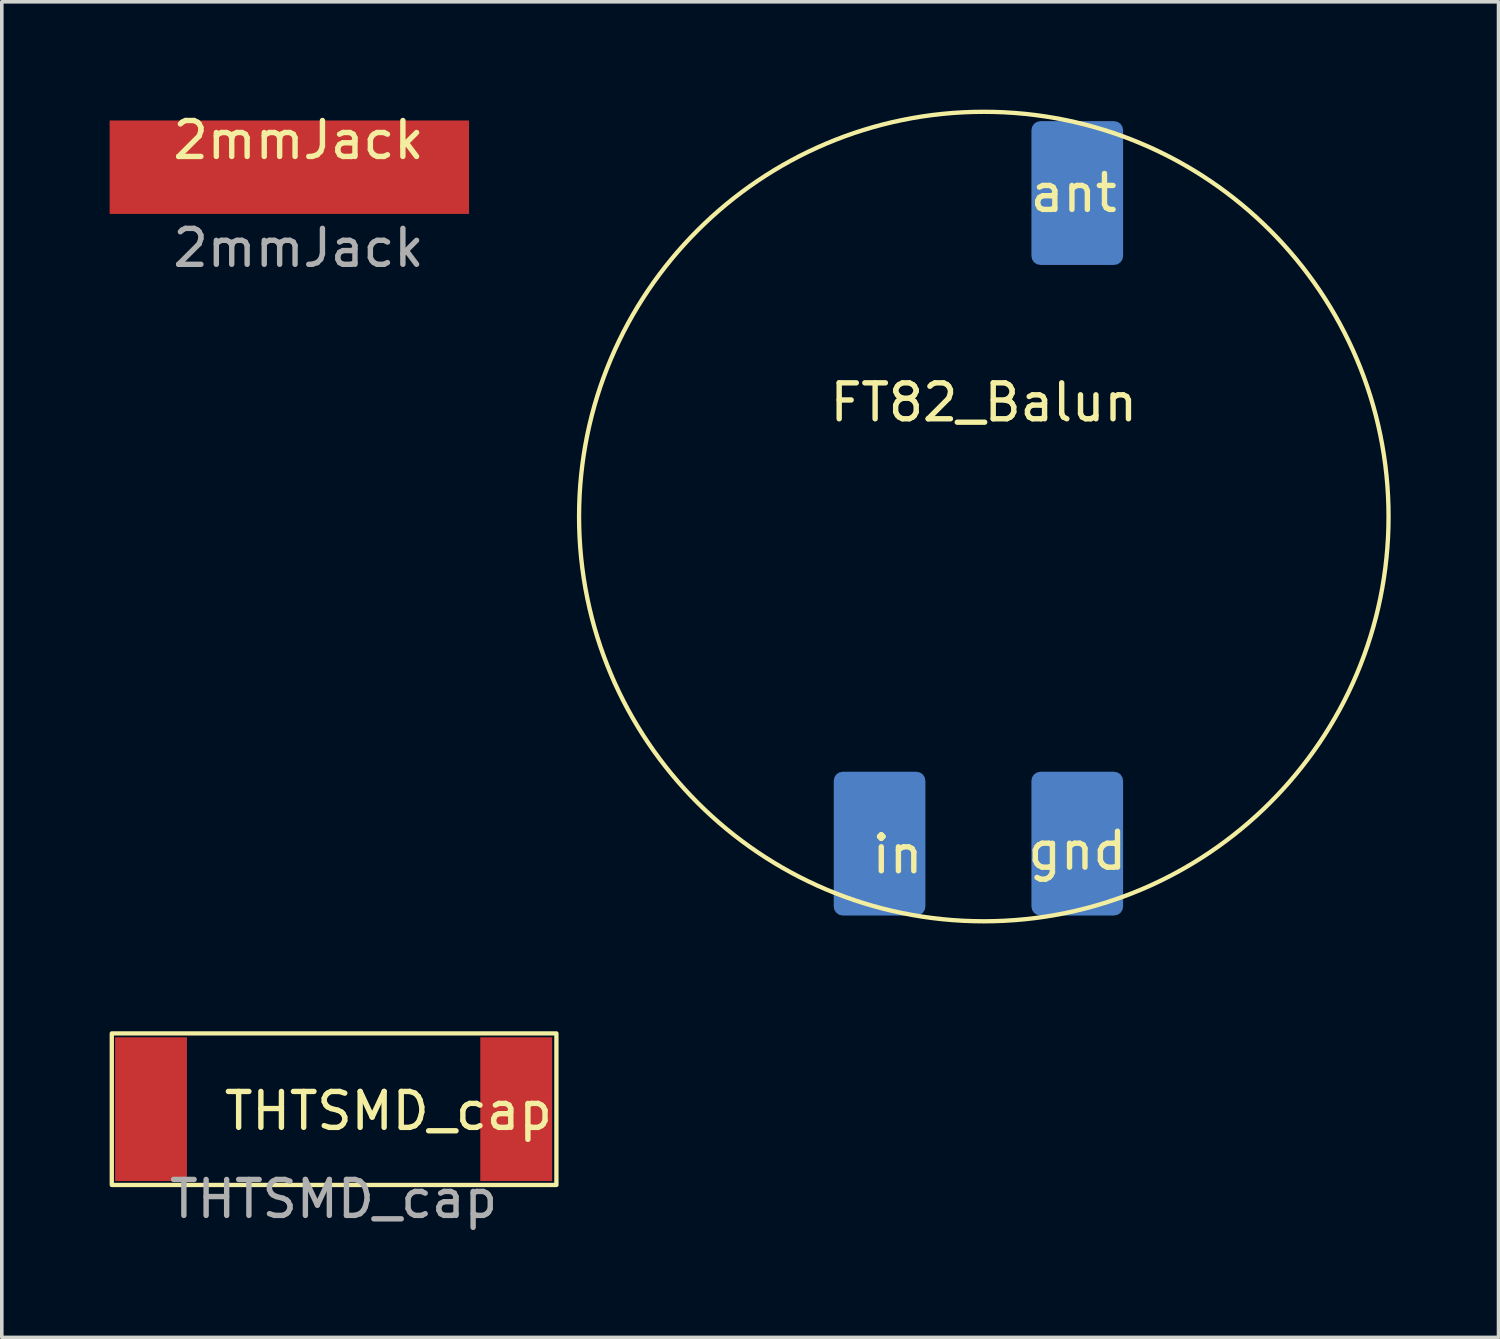
<source format=kicad_pcb>
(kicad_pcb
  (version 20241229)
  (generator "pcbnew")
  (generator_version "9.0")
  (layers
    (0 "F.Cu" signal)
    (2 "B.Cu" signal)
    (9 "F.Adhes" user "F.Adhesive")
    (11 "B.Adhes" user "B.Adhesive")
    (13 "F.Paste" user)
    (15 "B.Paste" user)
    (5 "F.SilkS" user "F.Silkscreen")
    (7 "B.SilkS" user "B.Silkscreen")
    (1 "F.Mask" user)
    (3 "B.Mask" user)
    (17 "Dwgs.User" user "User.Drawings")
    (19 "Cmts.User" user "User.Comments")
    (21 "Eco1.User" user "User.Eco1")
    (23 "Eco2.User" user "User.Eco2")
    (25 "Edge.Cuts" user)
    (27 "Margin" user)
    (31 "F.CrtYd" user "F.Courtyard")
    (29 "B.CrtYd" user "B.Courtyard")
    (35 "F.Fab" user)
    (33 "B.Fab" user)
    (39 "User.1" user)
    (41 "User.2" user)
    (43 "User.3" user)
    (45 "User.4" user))
  (footprint "FT82_Balun"
    (layer "F.Cu")
    (at 24.321 11.321)
    (property "Reference" "FT82_Balun" (at 0 -3.175 0) (unlocked yes) (layer "F.SilkS") (effects (font (size 1 1) (thickness 0.15))))
    (attr through_hole)
    (fp_circle (center 0 0) (end 6.2 -9.4) (stroke (width 0.12) (type solid)) (fill no) (layer "F.SilkS"))
    (fp_text user "ant" (at 2.5 -9 0) (layer "F.SilkS") (effects (font (size 1 1) (thickness 0.15))))
    (fp_text user "gnd" (at 2.6 9.3 0) (layer "F.SilkS") (effects (font (size 1 1) (thickness 0.15))))
    (fp_text user "in" (at -2.4 9.4 0) (layer "F.SilkS") (effects (font (size 1 1) (thickness 0.15))))
    (pad "1" smd roundrect (at 2.6 9.1) (size 2.55 4) (layers "B.Cu" "B.Mask" "B.Paste") (roundrect_rratio 0.098))
    (pad "2" smd roundrect (at -2.9 9.1) (size 2.55 4) (layers "B.Cu" "B.Mask" "B.Paste") (roundrect_rratio 0.098))
    (pad "3" smd roundrect (at 2.6 -9) (size 2.55 4) (layers "B.Cu" "B.Mask" "B.Paste") (roundrect_rratio 0.098)))
  (footprint "2mmJack"
    (layer "F.Cu")
    (at 5.254 1.348)
    (property "Reference" "2mmJack" (at 0 -0.5 0) (unlocked yes) (layer "F.SilkS") (effects (font (size 1 1) (thickness 0.15))))
    (attr through_hole)
    (fp_text user "${REFERENCE}" (at 0 2.5 0) (unlocked yes) (layer "F.Fab") (effects (font (size 1 1) (thickness 0.15))))
    (pad "1" smd rect (at -0.254 0.254) (size 10 2.6) (layers "F.Cu" "F.Mask" "F.Paste")))
  (footprint "THTSMD_cap"
    (layer "F.Cu")
    (at 6.232 27.809)
    (property "Reference" "THTSMD_cap" (at 1.524 0.051 0) (unlocked yes) (layer "F.SilkS") (effects (font (size 1 1) (thickness 0.15))))
    (attr through_hole)
    (fp_rect (start -6.172 -2.108) (end 6.198 2.108) (stroke (width 0.12) (type solid)) (fill no) (layer "F.SilkS"))
    (fp_text user "${REFERENCE}" (at 0 2.5 0) (unlocked yes) (layer "F.Fab") (effects (font (size 1 1) (thickness 0.15))))
    (pad "1" smd rect (at -5.08 0) (size 2 4) (layers "F.Cu" "F.Mask" "F.Paste"))
    (pad "2" smd rect (at 5.08 0) (size 2 4) (layers "F.Cu" "F.Mask" "F.Paste")))
  (gr_rect
    (start -3 -3)
    (end 38.641 34.158)
    (stroke (width 0.1) (type default))
    (fill no)
    (layer "Edge.Cuts")))
</source>
